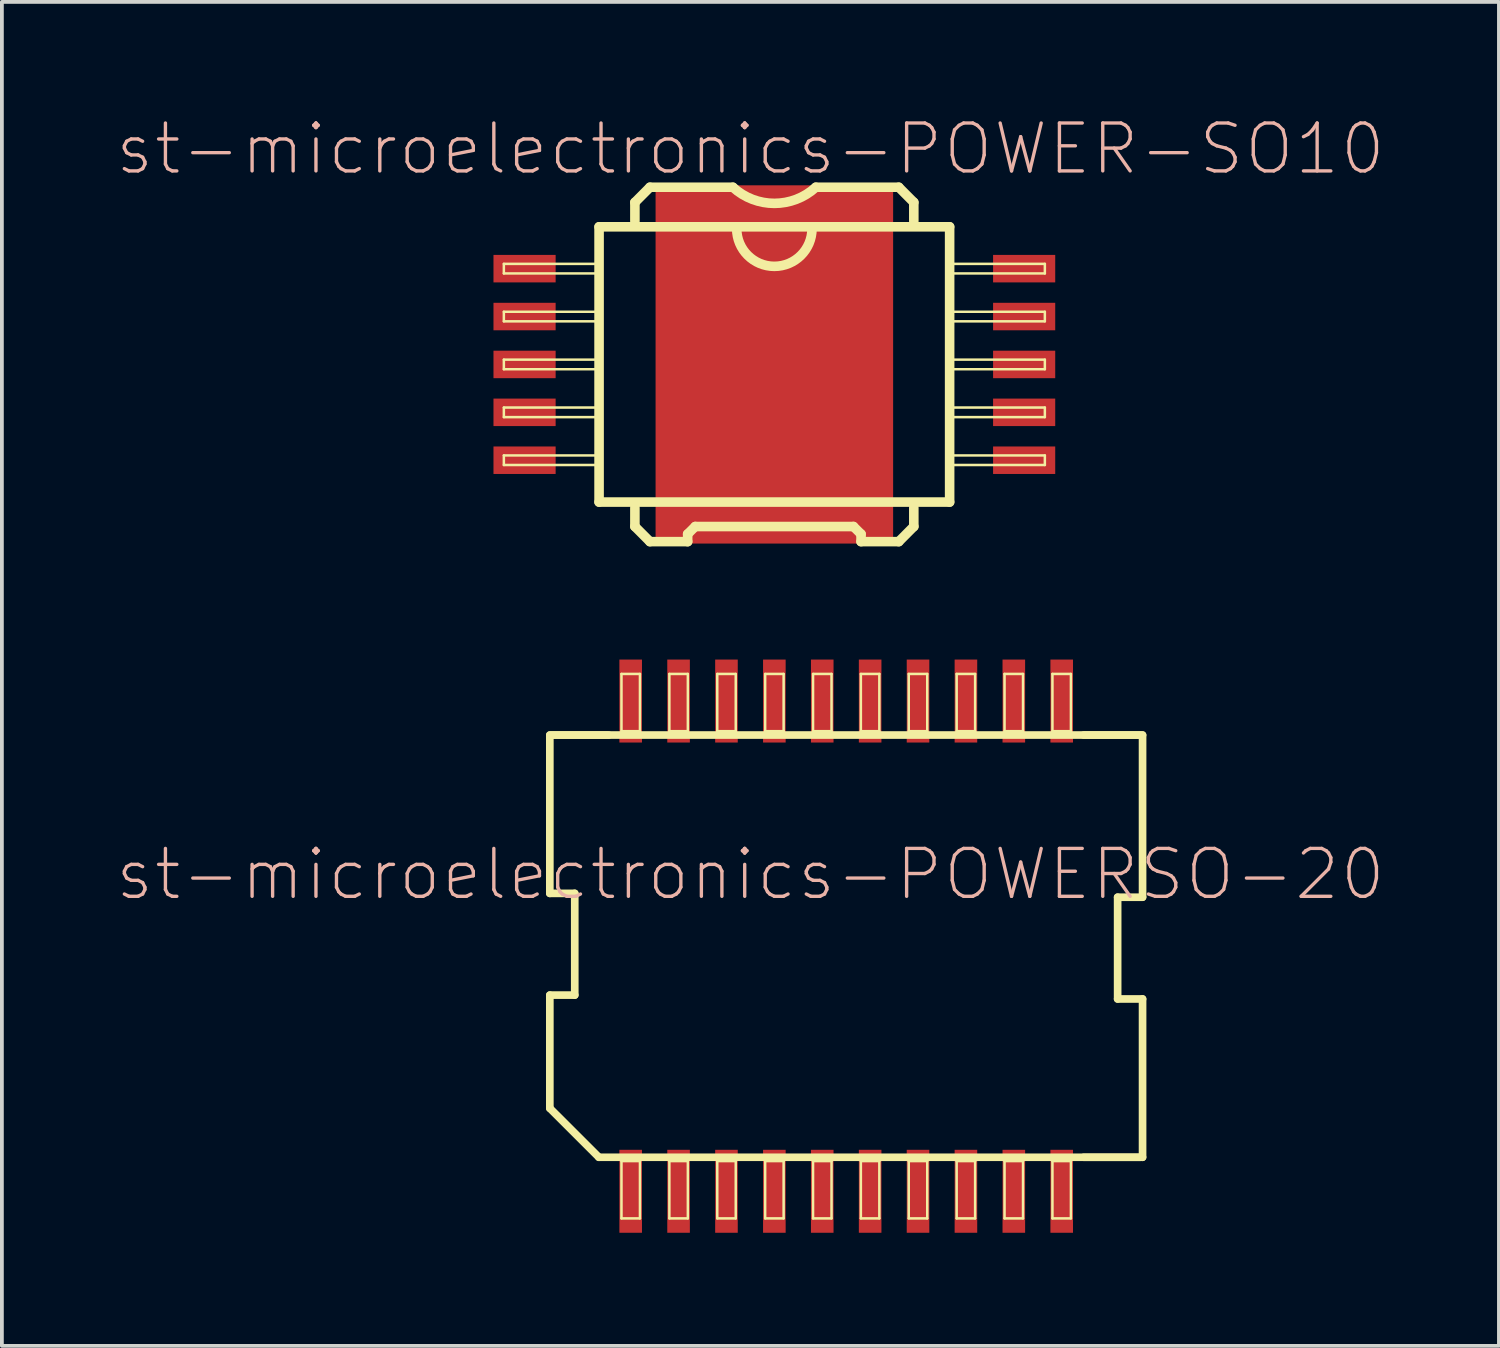
<source format=kicad_pcb>
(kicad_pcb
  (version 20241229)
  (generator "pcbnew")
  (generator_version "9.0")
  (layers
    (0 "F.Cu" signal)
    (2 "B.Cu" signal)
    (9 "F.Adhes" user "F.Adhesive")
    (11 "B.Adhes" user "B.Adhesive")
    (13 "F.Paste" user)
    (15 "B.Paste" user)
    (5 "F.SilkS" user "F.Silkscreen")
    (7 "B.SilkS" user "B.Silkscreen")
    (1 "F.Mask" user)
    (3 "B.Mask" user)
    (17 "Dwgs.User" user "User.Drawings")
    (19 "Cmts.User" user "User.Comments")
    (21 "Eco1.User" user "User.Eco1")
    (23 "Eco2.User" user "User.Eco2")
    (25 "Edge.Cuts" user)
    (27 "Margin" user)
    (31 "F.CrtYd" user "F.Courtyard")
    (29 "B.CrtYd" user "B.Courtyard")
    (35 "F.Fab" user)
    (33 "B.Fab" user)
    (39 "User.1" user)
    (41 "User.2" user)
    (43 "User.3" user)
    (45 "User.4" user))
  (footprint "st-microelectronics-POWERSO-20"
    (layer "F.Cu")
    (at 19.389 22.04)
    (property "Reference" "st-microelectronics-POWERSO-20" (at -2.54 -1.905 0) (layer "B.SilkS") (effects (font (size 1.27 1.27) (thickness 0.089))))
    (attr smd)
    (fp_line (start -7.859 -5.598) (end 7.859 -5.598) (stroke (width 0.203) (type solid)) (layer "F.SilkS"))
    (fp_line (start -7.859 -1.4) (end -7.859 -5.598) (stroke (width 0.203) (type solid)) (layer "F.SilkS"))
    (fp_line (start -7.859 1.298) (end -7.198 1.298) (stroke (width 0.203) (type solid)) (layer "F.SilkS"))
    (fp_line (start -7.859 4.298) (end -7.859 1.298) (stroke (width 0.203) (type solid)) (layer "F.SilkS"))
    (fp_line (start -7.798 -5.598) (end -6.299 -5.598) (stroke (width 0.203) (type solid)) (layer "F.SilkS"))
    (fp_line (start -7.198 -1.4) (end -7.859 -1.4) (stroke (width 0.203) (type solid)) (layer "F.SilkS"))
    (fp_line (start -7.198 1.298) (end -7.198 -1.4) (stroke (width 0.203) (type solid)) (layer "F.SilkS"))
    (fp_line (start -6.558 5.598) (end -7.859 4.298) (stroke (width 0.203) (type solid)) (layer "F.SilkS"))
    (fp_line (start -5.959 -7.219) (end -5.469 -7.219) (stroke (width 0.066) (type solid)) (layer "F.SilkS"))
    (fp_line (start -5.959 -5.7) (end -5.959 -7.219) (stroke (width 0.066) (type solid)) (layer "F.SilkS"))
    (fp_line (start -5.959 -5.7) (end -5.469 -5.7) (stroke (width 0.066) (type solid)) (layer "F.SilkS"))
    (fp_line (start -5.959 5.7) (end -5.469 5.7) (stroke (width 0.066) (type solid)) (layer "F.SilkS"))
    (fp_line (start -5.959 7.219) (end -5.959 5.7) (stroke (width 0.066) (type solid)) (layer "F.SilkS"))
    (fp_line (start -5.959 7.219) (end -5.469 7.219) (stroke (width 0.066) (type solid)) (layer "F.SilkS"))
    (fp_line (start -5.469 -5.7) (end -5.469 -7.219) (stroke (width 0.066) (type solid)) (layer "F.SilkS"))
    (fp_line (start -5.469 7.219) (end -5.469 5.7) (stroke (width 0.066) (type solid)) (layer "F.SilkS"))
    (fp_line (start -4.689 -7.219) (end -4.199 -7.219) (stroke (width 0.066) (type solid)) (layer "F.SilkS"))
    (fp_line (start -4.689 -5.7) (end -4.689 -7.219) (stroke (width 0.066) (type solid)) (layer "F.SilkS"))
    (fp_line (start -4.689 -5.7) (end -4.199 -5.7) (stroke (width 0.066) (type solid)) (layer "F.SilkS"))
    (fp_line (start -4.689 5.7) (end -4.199 5.7) (stroke (width 0.066) (type solid)) (layer "F.SilkS"))
    (fp_line (start -4.689 7.219) (end -4.689 5.7) (stroke (width 0.066) (type solid)) (layer "F.SilkS"))
    (fp_line (start -4.689 7.219) (end -4.199 7.219) (stroke (width 0.066) (type solid)) (layer "F.SilkS"))
    (fp_line (start -4.199 -5.7) (end -4.199 -7.219) (stroke (width 0.066) (type solid)) (layer "F.SilkS"))
    (fp_line (start -4.199 7.219) (end -4.199 5.7) (stroke (width 0.066) (type solid)) (layer "F.SilkS"))
    (fp_line (start -3.419 -7.219) (end -2.929 -7.219) (stroke (width 0.066) (type solid)) (layer "F.SilkS"))
    (fp_line (start -3.419 -5.7) (end -3.419 -7.219) (stroke (width 0.066) (type solid)) (layer "F.SilkS"))
    (fp_line (start -3.419 -5.7) (end -2.929 -5.7) (stroke (width 0.066) (type solid)) (layer "F.SilkS"))
    (fp_line (start -3.419 5.7) (end -2.929 5.7) (stroke (width 0.066) (type solid)) (layer "F.SilkS"))
    (fp_line (start -3.419 7.219) (end -3.419 5.7) (stroke (width 0.066) (type solid)) (layer "F.SilkS"))
    (fp_line (start -3.419 7.219) (end -2.929 7.219) (stroke (width 0.066) (type solid)) (layer "F.SilkS"))
    (fp_line (start -2.929 -5.7) (end -2.929 -7.219) (stroke (width 0.066) (type solid)) (layer "F.SilkS"))
    (fp_line (start -2.929 7.219) (end -2.929 5.7) (stroke (width 0.066) (type solid)) (layer "F.SilkS"))
    (fp_line (start -2.149 -7.219) (end -1.659 -7.219) (stroke (width 0.066) (type solid)) (layer "F.SilkS"))
    (fp_line (start -2.149 -5.7) (end -2.149 -7.219) (stroke (width 0.066) (type solid)) (layer "F.SilkS"))
    (fp_line (start -2.149 -5.7) (end -1.659 -5.7) (stroke (width 0.066) (type solid)) (layer "F.SilkS"))
    (fp_line (start -2.149 5.7) (end -1.659 5.7) (stroke (width 0.066) (type solid)) (layer "F.SilkS"))
    (fp_line (start -2.149 7.219) (end -2.149 5.7) (stroke (width 0.066) (type solid)) (layer "F.SilkS"))
    (fp_line (start -2.149 7.219) (end -1.659 7.219) (stroke (width 0.066) (type solid)) (layer "F.SilkS"))
    (fp_line (start -1.659 -5.7) (end -1.659 -7.219) (stroke (width 0.066) (type solid)) (layer "F.SilkS"))
    (fp_line (start -1.659 7.219) (end -1.659 5.7) (stroke (width 0.066) (type solid)) (layer "F.SilkS"))
    (fp_line (start -0.879 -7.219) (end -0.389 -7.219) (stroke (width 0.066) (type solid)) (layer "F.SilkS"))
    (fp_line (start -0.879 -5.7) (end -0.879 -7.219) (stroke (width 0.066) (type solid)) (layer "F.SilkS"))
    (fp_line (start -0.879 -5.7) (end -0.389 -5.7) (stroke (width 0.066) (type solid)) (layer "F.SilkS"))
    (fp_line (start -0.879 5.7) (end -0.389 5.7) (stroke (width 0.066) (type solid)) (layer "F.SilkS"))
    (fp_line (start -0.879 7.219) (end -0.879 5.7) (stroke (width 0.066) (type solid)) (layer "F.SilkS"))
    (fp_line (start -0.879 7.219) (end -0.389 7.219) (stroke (width 0.066) (type solid)) (layer "F.SilkS"))
    (fp_line (start -0.389 -5.7) (end -0.389 -7.219) (stroke (width 0.066) (type solid)) (layer "F.SilkS"))
    (fp_line (start -0.389 7.219) (end -0.389 5.7) (stroke (width 0.066) (type solid)) (layer "F.SilkS"))
    (fp_line (start 0.389 -7.219) (end 0.879 -7.219) (stroke (width 0.066) (type solid)) (layer "F.SilkS"))
    (fp_line (start 0.389 -5.7) (end 0.389 -7.219) (stroke (width 0.066) (type solid)) (layer "F.SilkS"))
    (fp_line (start 0.389 -5.7) (end 0.879 -5.7) (stroke (width 0.066) (type solid)) (layer "F.SilkS"))
    (fp_line (start 0.389 5.7) (end 0.879 5.7) (stroke (width 0.066) (type solid)) (layer "F.SilkS"))
    (fp_line (start 0.389 7.219) (end 0.389 5.7) (stroke (width 0.066) (type solid)) (layer "F.SilkS"))
    (fp_line (start 0.389 7.219) (end 0.879 7.219) (stroke (width 0.066) (type solid)) (layer "F.SilkS"))
    (fp_line (start 0.879 -5.7) (end 0.879 -7.219) (stroke (width 0.066) (type solid)) (layer "F.SilkS"))
    (fp_line (start 0.879 7.219) (end 0.879 5.7) (stroke (width 0.066) (type solid)) (layer "F.SilkS"))
    (fp_line (start 1.659 -7.219) (end 2.149 -7.219) (stroke (width 0.066) (type solid)) (layer "F.SilkS"))
    (fp_line (start 1.659 -5.7) (end 1.659 -7.219) (stroke (width 0.066) (type solid)) (layer "F.SilkS"))
    (fp_line (start 1.659 -5.7) (end 2.149 -5.7) (stroke (width 0.066) (type solid)) (layer "F.SilkS"))
    (fp_line (start 1.659 5.7) (end 2.149 5.7) (stroke (width 0.066) (type solid)) (layer "F.SilkS"))
    (fp_line (start 1.659 7.219) (end 1.659 5.7) (stroke (width 0.066) (type solid)) (layer "F.SilkS"))
    (fp_line (start 1.659 7.219) (end 2.149 7.219) (stroke (width 0.066) (type solid)) (layer "F.SilkS"))
    (fp_line (start 2.149 -5.7) (end 2.149 -7.219) (stroke (width 0.066) (type solid)) (layer "F.SilkS"))
    (fp_line (start 2.149 7.219) (end 2.149 5.7) (stroke (width 0.066) (type solid)) (layer "F.SilkS"))
    (fp_line (start 2.929 -7.219) (end 3.419 -7.219) (stroke (width 0.066) (type solid)) (layer "F.SilkS"))
    (fp_line (start 2.929 -5.7) (end 2.929 -7.219) (stroke (width 0.066) (type solid)) (layer "F.SilkS"))
    (fp_line (start 2.929 -5.7) (end 3.419 -5.7) (stroke (width 0.066) (type solid)) (layer "F.SilkS"))
    (fp_line (start 2.929 5.7) (end 3.419 5.7) (stroke (width 0.066) (type solid)) (layer "F.SilkS"))
    (fp_line (start 2.929 7.219) (end 2.929 5.7) (stroke (width 0.066) (type solid)) (layer "F.SilkS"))
    (fp_line (start 2.929 7.219) (end 3.419 7.219) (stroke (width 0.066) (type solid)) (layer "F.SilkS"))
    (fp_line (start 3.419 -5.7) (end 3.419 -7.219) (stroke (width 0.066) (type solid)) (layer "F.SilkS"))
    (fp_line (start 3.419 7.219) (end 3.419 5.7) (stroke (width 0.066) (type solid)) (layer "F.SilkS"))
    (fp_line (start 4.199 -7.219) (end 4.689 -7.219) (stroke (width 0.066) (type solid)) (layer "F.SilkS"))
    (fp_line (start 4.199 -5.7) (end 4.199 -7.219) (stroke (width 0.066) (type solid)) (layer "F.SilkS"))
    (fp_line (start 4.199 -5.7) (end 4.689 -5.7) (stroke (width 0.066) (type solid)) (layer "F.SilkS"))
    (fp_line (start 4.199 5.7) (end 4.689 5.7) (stroke (width 0.066) (type solid)) (layer "F.SilkS"))
    (fp_line (start 4.199 7.219) (end 4.199 5.7) (stroke (width 0.066) (type solid)) (layer "F.SilkS"))
    (fp_line (start 4.199 7.219) (end 4.689 7.219) (stroke (width 0.066) (type solid)) (layer "F.SilkS"))
    (fp_line (start 4.689 -5.7) (end 4.689 -7.219) (stroke (width 0.066) (type solid)) (layer "F.SilkS"))
    (fp_line (start 4.689 7.219) (end 4.689 5.7) (stroke (width 0.066) (type solid)) (layer "F.SilkS"))
    (fp_line (start 5.469 -7.219) (end 5.959 -7.219) (stroke (width 0.066) (type solid)) (layer "F.SilkS"))
    (fp_line (start 5.469 -5.7) (end 5.469 -7.219) (stroke (width 0.066) (type solid)) (layer "F.SilkS"))
    (fp_line (start 5.469 -5.7) (end 5.959 -5.7) (stroke (width 0.066) (type solid)) (layer "F.SilkS"))
    (fp_line (start 5.469 5.7) (end 5.959 5.7) (stroke (width 0.066) (type solid)) (layer "F.SilkS"))
    (fp_line (start 5.469 7.219) (end 5.469 5.7) (stroke (width 0.066) (type solid)) (layer "F.SilkS"))
    (fp_line (start 5.469 7.219) (end 5.959 7.219) (stroke (width 0.066) (type solid)) (layer "F.SilkS"))
    (fp_line (start 5.959 -5.7) (end 5.959 -7.219) (stroke (width 0.066) (type solid)) (layer "F.SilkS"))
    (fp_line (start 5.959 7.219) (end 5.959 5.7) (stroke (width 0.066) (type solid)) (layer "F.SilkS"))
    (fp_line (start 7.198 -1.298) (end 7.198 1.4) (stroke (width 0.203) (type solid)) (layer "F.SilkS"))
    (fp_line (start 7.198 1.4) (end 7.859 1.4) (stroke (width 0.203) (type solid)) (layer "F.SilkS"))
    (fp_line (start 7.798 -5.598) (end 6.299 -5.598) (stroke (width 0.203) (type solid)) (layer "F.SilkS"))
    (fp_line (start 7.798 5.598) (end 6.299 5.598) (stroke (width 0.203) (type solid)) (layer "F.SilkS"))
    (fp_line (start 7.859 -5.598) (end 7.859 -1.298) (stroke (width 0.203) (type solid)) (layer "F.SilkS"))
    (fp_line (start 7.859 -1.298) (end 7.198 -1.298) (stroke (width 0.203) (type solid)) (layer "F.SilkS"))
    (fp_line (start 7.859 1.4) (end 7.859 5.598) (stroke (width 0.203) (type solid)) (layer "F.SilkS"))
    (fp_line (start 7.859 5.598) (end -6.558 5.598) (stroke (width 0.203) (type solid)) (layer "F.SilkS"))
    (pad "1" smd rect (at -5.715 6.5) (size 0.599 2.2) (layers "F.Cu" "F.Mask" "F.Paste"))
    (pad "2" smd rect (at -4.445 6.5) (size 0.599 2.2) (layers "F.Cu" "F.Mask" "F.Paste"))
    (pad "3" smd rect (at -3.175 6.5) (size 0.599 2.2) (layers "F.Cu" "F.Mask" "F.Paste"))
    (pad "4" smd rect (at -1.905 6.5) (size 0.599 2.2) (layers "F.Cu" "F.Mask" "F.Paste"))
    (pad "5" smd rect (at -0.635 6.5) (size 0.599 2.2) (layers "F.Cu" "F.Mask" "F.Paste"))
    (pad "6" smd rect (at 0.635 6.5) (size 0.599 2.2) (layers "F.Cu" "F.Mask" "F.Paste"))
    (pad "7" smd rect (at 1.905 6.5) (size 0.599 2.2) (layers "F.Cu" "F.Mask" "F.Paste"))
    (pad "8" smd rect (at 3.175 6.5) (size 0.599 2.2) (layers "F.Cu" "F.Mask" "F.Paste"))
    (pad "9" smd rect (at 4.445 6.5) (size 0.599 2.2) (layers "F.Cu" "F.Mask" "F.Paste"))
    (pad "10" smd rect (at 5.715 6.5) (size 0.599 2.2) (layers "F.Cu" "F.Mask" "F.Paste"))
    (pad "11" smd rect (at 5.715 -6.5) (size 0.599 2.2) (layers "F.Cu" "F.Mask" "F.Paste"))
    (pad "12" smd rect (at 4.445 -6.5) (size 0.599 2.2) (layers "F.Cu" "F.Mask" "F.Paste"))
    (pad "13" smd rect (at 3.175 -6.5) (size 0.599 2.2) (layers "F.Cu" "F.Mask" "F.Paste"))
    (pad "14" smd rect (at 1.905 -6.5) (size 0.599 2.2) (layers "F.Cu" "F.Mask" "F.Paste"))
    (pad "15" smd rect (at 0.635 -6.5) (size 0.599 2.2) (layers "F.Cu" "F.Mask" "F.Paste"))
    (pad "16" smd rect (at -0.635 -6.5) (size 0.599 2.2) (layers "F.Cu" "F.Mask" "F.Paste"))
    (pad "17" smd rect (at -1.905 -6.5) (size 0.599 2.2) (layers "F.Cu" "F.Mask" "F.Paste"))
    (pad "18" smd rect (at -3.175 -6.5) (size 0.599 2.2) (layers "F.Cu" "F.Mask" "F.Paste"))
    (pad "19" smd rect (at -4.445 -6.5) (size 0.599 2.2) (layers "F.Cu" "F.Mask" "F.Paste"))
    (pad "20" smd rect (at -5.715 -6.5) (size 0.599 2.2) (layers "F.Cu" "F.Mask" "F.Paste")))
  (footprint "st-microelectronics-POWER-SO10"
    (layer "F.Cu")
    (at 17.484 6.614)
    (property "Reference" "st-microelectronics-POWER-SO10" (at -0.635 -5.715 0) (layer "B.SilkS") (effects (font (size 1.27 1.27) (thickness 0.089))))
    (attr smd)
    (fp_line (start -7.173 -2.667) (end -4.636 -2.667) (stroke (width 0.066) (type solid)) (layer "F.SilkS"))
    (fp_line (start -7.173 -2.413) (end -7.173 -2.667) (stroke (width 0.066) (type solid)) (layer "F.SilkS"))
    (fp_line (start -7.173 -2.413) (end -4.636 -2.413) (stroke (width 0.066) (type solid)) (layer "F.SilkS"))
    (fp_line (start -7.173 -1.397) (end -4.636 -1.397) (stroke (width 0.066) (type solid)) (layer "F.SilkS"))
    (fp_line (start -7.173 -1.143) (end -7.173 -1.397) (stroke (width 0.066) (type solid)) (layer "F.SilkS"))
    (fp_line (start -7.173 -1.143) (end -4.636 -1.143) (stroke (width 0.066) (type solid)) (layer "F.SilkS"))
    (fp_line (start -7.173 -0.127) (end -4.636 -0.127) (stroke (width 0.066) (type solid)) (layer "F.SilkS"))
    (fp_line (start -7.173 0.127) (end -7.173 -0.127) (stroke (width 0.066) (type solid)) (layer "F.SilkS"))
    (fp_line (start -7.173 0.127) (end -4.636 0.127) (stroke (width 0.066) (type solid)) (layer "F.SilkS"))
    (fp_line (start -7.173 1.143) (end -4.636 1.143) (stroke (width 0.066) (type solid)) (layer "F.SilkS"))
    (fp_line (start -7.173 1.397) (end -7.173 1.143) (stroke (width 0.066) (type solid)) (layer "F.SilkS"))
    (fp_line (start -7.173 1.397) (end -4.636 1.397) (stroke (width 0.066) (type solid)) (layer "F.SilkS"))
    (fp_line (start -7.173 2.413) (end -4.636 2.413) (stroke (width 0.066) (type solid)) (layer "F.SilkS"))
    (fp_line (start -7.173 2.667) (end -7.173 2.413) (stroke (width 0.066) (type solid)) (layer "F.SilkS"))
    (fp_line (start -7.173 2.667) (end -4.636 2.667) (stroke (width 0.066) (type solid)) (layer "F.SilkS"))
    (fp_line (start -4.648 -3.65) (end 4.648 -3.65) (stroke (width 0.254) (type solid)) (layer "F.SilkS"))
    (fp_line (start -4.648 3.65) (end -4.648 -3.65) (stroke (width 0.254) (type solid)) (layer "F.SilkS"))
    (fp_line (start -4.636 -2.413) (end -4.636 -2.667) (stroke (width 0.066) (type solid)) (layer "F.SilkS"))
    (fp_line (start -4.636 -1.143) (end -4.636 -1.397) (stroke (width 0.066) (type solid)) (layer "F.SilkS"))
    (fp_line (start -4.636 0.127) (end -4.636 -0.127) (stroke (width 0.066) (type solid)) (layer "F.SilkS"))
    (fp_line (start -4.636 1.397) (end -4.636 1.143) (stroke (width 0.066) (type solid)) (layer "F.SilkS"))
    (fp_line (start -4.636 2.667) (end -4.636 2.413) (stroke (width 0.066) (type solid)) (layer "F.SilkS"))
    (fp_line (start -3.698 -4.298) (end -3.299 -4.699) (stroke (width 0.254) (type solid)) (layer "F.SilkS"))
    (fp_line (start -3.698 -3.8) (end -3.698 -4.298) (stroke (width 0.254) (type solid)) (layer "F.SilkS"))
    (fp_line (start -3.698 4.298) (end -3.698 3.8) (stroke (width 0.254) (type solid)) (layer "F.SilkS"))
    (fp_line (start -3.299 -4.699) (end -1.1 -4.699) (stroke (width 0.254) (type solid)) (layer "F.SilkS"))
    (fp_line (start -3.299 4.699) (end -3.698 4.298) (stroke (width 0.254) (type solid)) (layer "F.SilkS"))
    (fp_line (start -2.299 4.498) (end -2.098 4.298) (stroke (width 0.254) (type solid)) (layer "F.SilkS"))
    (fp_line (start -2.299 4.699) (end -3.299 4.699) (stroke (width 0.254) (type solid)) (layer "F.SilkS"))
    (fp_line (start -2.299 4.699) (end -2.299 4.498) (stroke (width 0.254) (type solid)) (layer "F.SilkS"))
    (fp_line (start -2.098 4.298) (end 2.098 4.298) (stroke (width 0.254) (type solid)) (layer "F.SilkS"))
    (fp_line (start 1.1 -4.699) (end 3.299 -4.699) (stroke (width 0.254) (type solid)) (layer "F.SilkS"))
    (fp_line (start 2.098 4.298) (end 2.299 4.498) (stroke (width 0.254) (type solid)) (layer "F.SilkS"))
    (fp_line (start 2.299 4.498) (end 2.299 4.699) (stroke (width 0.254) (type solid)) (layer "F.SilkS"))
    (fp_line (start 3.299 -4.699) (end 3.698 -4.298) (stroke (width 0.254) (type solid)) (layer "F.SilkS"))
    (fp_line (start 3.299 4.699) (end 2.299 4.699) (stroke (width 0.254) (type solid)) (layer "F.SilkS"))
    (fp_line (start 3.698 -4.298) (end 3.698 -3.8) (stroke (width 0.254) (type solid)) (layer "F.SilkS"))
    (fp_line (start 3.698 3.8) (end 3.698 4.298) (stroke (width 0.254) (type solid)) (layer "F.SilkS"))
    (fp_line (start 3.698 4.298) (end 3.299 4.699) (stroke (width 0.254) (type solid)) (layer "F.SilkS"))
    (fp_line (start 4.636 -2.667) (end 7.173 -2.667) (stroke (width 0.066) (type solid)) (layer "F.SilkS"))
    (fp_line (start 4.636 -2.413) (end 4.636 -2.667) (stroke (width 0.066) (type solid)) (layer "F.SilkS"))
    (fp_line (start 4.636 -2.413) (end 7.173 -2.413) (stroke (width 0.066) (type solid)) (layer "F.SilkS"))
    (fp_line (start 4.636 -1.397) (end 7.173 -1.397) (stroke (width 0.066) (type solid)) (layer "F.SilkS"))
    (fp_line (start 4.636 -1.143) (end 4.636 -1.397) (stroke (width 0.066) (type solid)) (layer "F.SilkS"))
    (fp_line (start 4.636 -1.143) (end 7.173 -1.143) (stroke (width 0.066) (type solid)) (layer "F.SilkS"))
    (fp_line (start 4.636 -0.127) (end 7.173 -0.127) (stroke (width 0.066) (type solid)) (layer "F.SilkS"))
    (fp_line (start 4.636 0.127) (end 4.636 -0.127) (stroke (width 0.066) (type solid)) (layer "F.SilkS"))
    (fp_line (start 4.636 0.127) (end 7.173 0.127) (stroke (width 0.066) (type solid)) (layer "F.SilkS"))
    (fp_line (start 4.636 1.143) (end 7.173 1.143) (stroke (width 0.066) (type solid)) (layer "F.SilkS"))
    (fp_line (start 4.636 1.397) (end 4.636 1.143) (stroke (width 0.066) (type solid)) (layer "F.SilkS"))
    (fp_line (start 4.636 1.397) (end 7.173 1.397) (stroke (width 0.066) (type solid)) (layer "F.SilkS"))
    (fp_line (start 4.636 2.413) (end 7.173 2.413) (stroke (width 0.066) (type solid)) (layer "F.SilkS"))
    (fp_line (start 4.636 2.667) (end 4.636 2.413) (stroke (width 0.066) (type solid)) (layer "F.SilkS"))
    (fp_line (start 4.636 2.667) (end 7.173 2.667) (stroke (width 0.066) (type solid)) (layer "F.SilkS"))
    (fp_line (start 4.648 -3.65) (end 4.648 3.65) (stroke (width 0.254) (type solid)) (layer "F.SilkS"))
    (fp_line (start 4.648 3.65) (end -4.648 3.65) (stroke (width 0.254) (type solid)) (layer "F.SilkS"))
    (fp_line (start 7.173 -2.413) (end 7.173 -2.667) (stroke (width 0.066) (type solid)) (layer "F.SilkS"))
    (fp_line (start 7.173 -1.143) (end 7.173 -1.397) (stroke (width 0.066) (type solid)) (layer "F.SilkS"))
    (fp_line (start 7.173 0.127) (end 7.173 -0.127) (stroke (width 0.066) (type solid)) (layer "F.SilkS"))
    (fp_line (start 7.173 1.397) (end 7.173 1.143) (stroke (width 0.066) (type solid)) (layer "F.SilkS"))
    (fp_line (start 7.173 2.667) (end 7.173 2.413) (stroke (width 0.066) (type solid)) (layer "F.SilkS"))
    (fp_arc (start 0.99822 -3.59918) (mid 0 -2.60096) (end -0.99822 -3.59918) (stroke (width 0.254) (type solid)) (layer "F.SilkS"))
    (fp_arc (start 1.09982 -4.699) (mid 0.000921 -4.270945) (end -1.098462 -4.697756) (stroke (width 0.254) (type solid)) (layer "F.SilkS"))
    (pad "1" smd rect (at -6.624 -2.54) (size 1.648 0.729) (layers "F.Cu" "F.Mask" "F.Paste"))
    (pad "2" smd rect (at -6.624 -1.27) (size 1.648 0.729) (layers "F.Cu" "F.Mask" "F.Paste"))
    (pad "3" smd rect (at -6.624 0) (size 1.648 0.729) (layers "F.Cu" "F.Mask" "F.Paste"))
    (pad "4" smd rect (at -6.624 1.27) (size 1.648 0.729) (layers "F.Cu" "F.Mask" "F.Paste"))
    (pad "5" smd rect (at -6.624 2.54) (size 1.648 0.729) (layers "F.Cu" "F.Mask" "F.Paste"))
    (pad "6" smd rect (at 6.624 2.54) (size 1.648 0.729) (layers "F.Cu" "F.Mask" "F.Paste"))
    (pad "7" smd rect (at 6.624 1.27) (size 1.648 0.729) (layers "F.Cu" "F.Mask" "F.Paste"))
    (pad "8" smd rect (at 6.624 0) (size 1.648 0.729) (layers "F.Cu" "F.Mask" "F.Paste"))
    (pad "9" smd rect (at 6.624 -1.27) (size 1.648 0.729) (layers "F.Cu" "F.Mask" "F.Paste"))
    (pad "10" smd rect (at 6.624 -2.54) (size 1.648 0.729) (layers "F.Cu" "F.Mask" "F.Paste"))
    (pad "P" smd rect (at 0 0) (size 6.299 9.5) (layers "F.Cu" "F.Mask" "F.Paste")))
  (gr_rect
    (start -3 -3)
    (end 36.698 32.639)
    (stroke (width 0.1) (type default))
    (fill no)
    (layer "Edge.Cuts")))
</source>
